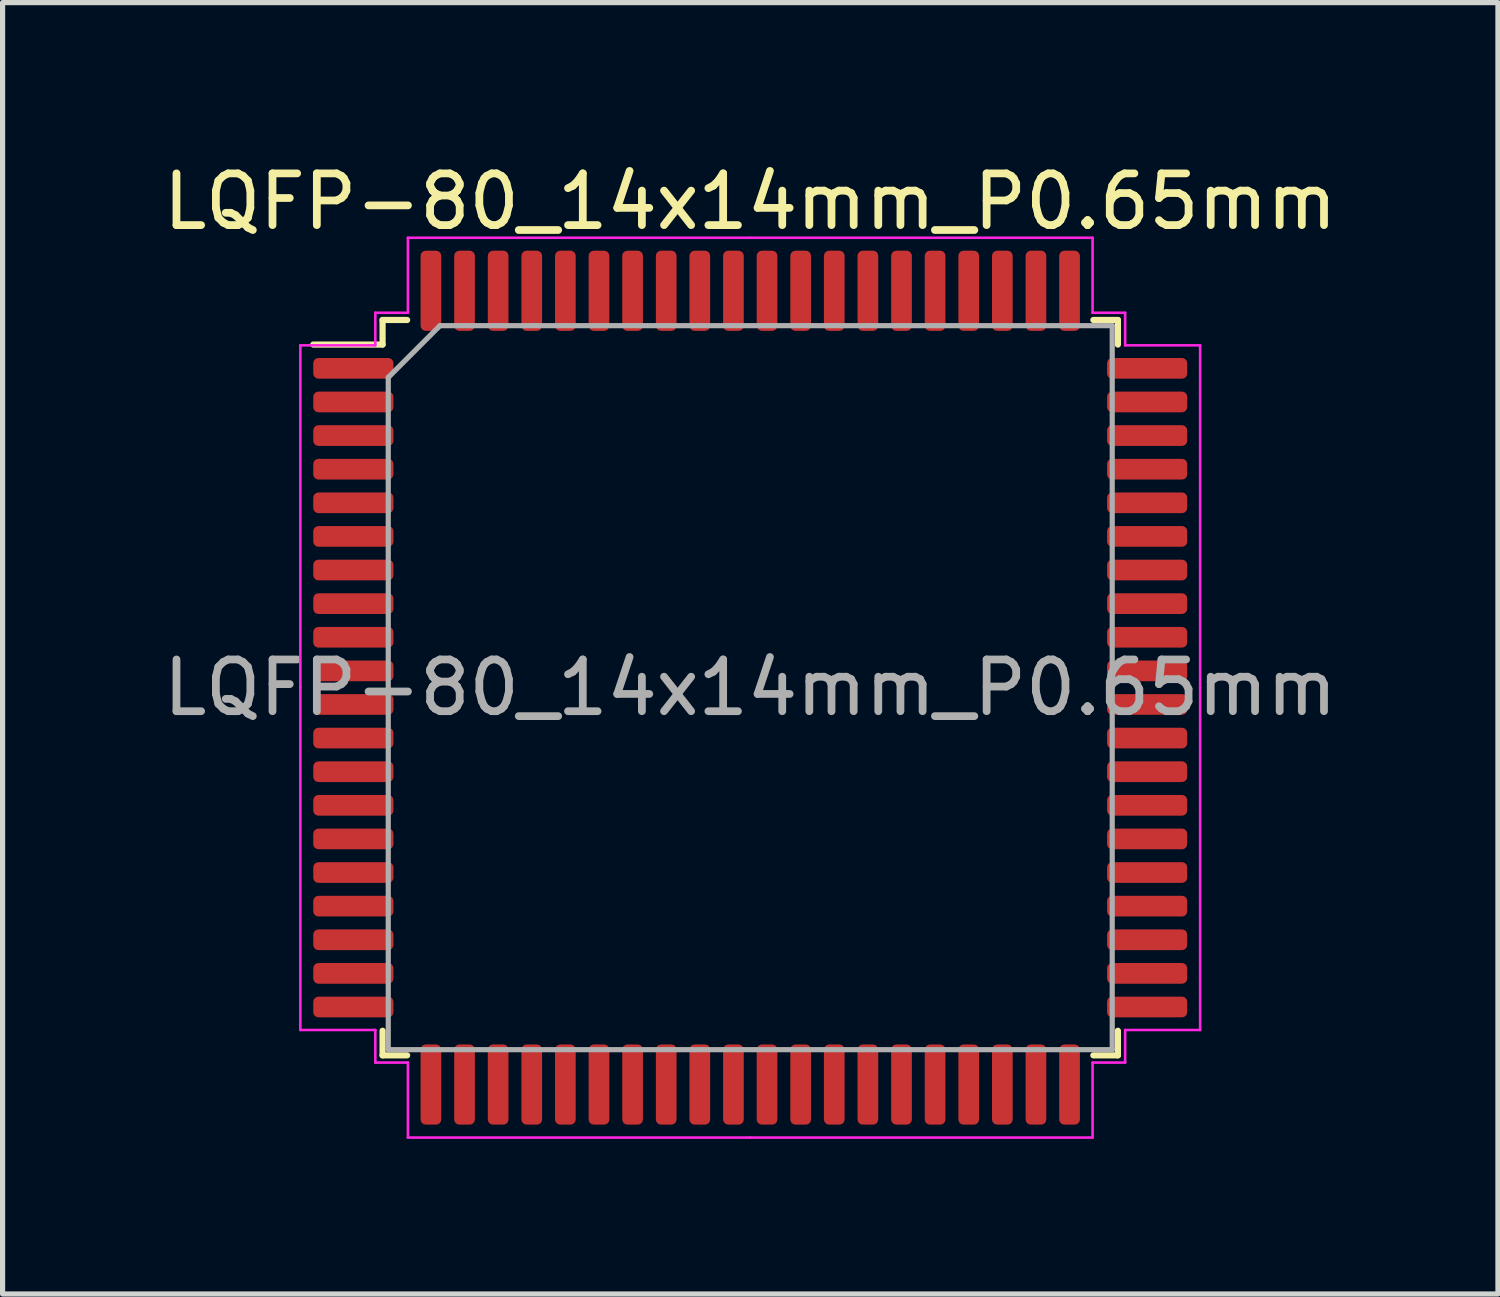
<source format=kicad_pcb>
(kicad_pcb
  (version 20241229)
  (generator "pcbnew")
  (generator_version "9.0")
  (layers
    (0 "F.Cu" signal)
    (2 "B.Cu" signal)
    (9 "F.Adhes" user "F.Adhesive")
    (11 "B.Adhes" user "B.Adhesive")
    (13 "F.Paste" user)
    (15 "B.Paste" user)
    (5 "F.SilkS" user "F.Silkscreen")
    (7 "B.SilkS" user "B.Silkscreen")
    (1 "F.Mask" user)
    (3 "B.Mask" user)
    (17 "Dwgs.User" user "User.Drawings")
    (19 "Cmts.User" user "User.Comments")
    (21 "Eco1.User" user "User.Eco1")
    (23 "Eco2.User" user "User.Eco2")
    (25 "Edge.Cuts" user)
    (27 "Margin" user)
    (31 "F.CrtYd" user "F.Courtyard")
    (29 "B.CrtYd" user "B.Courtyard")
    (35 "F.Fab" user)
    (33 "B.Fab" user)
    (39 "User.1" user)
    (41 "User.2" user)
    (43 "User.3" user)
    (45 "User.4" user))
  (footprint "LQFP-80_14x14mm_P0.65mm"
    (layer "F.Cu")
    (at 11.458 10.248)
    (property "Reference" "LQFP-80_14x14mm_P0.65mm" (at 0 -9.4 0) (layer "F.SilkS") (effects (font (size 1 1) (thickness 0.15))))
    (attr smd)
    (fp_line (start -7.11 -7.11) (end -7.11 -6.635) (stroke (width 0.12) (type solid)) (layer "F.SilkS"))
    (fp_line (start -7.11 -6.635) (end -8.45 -6.635) (stroke (width 0.12) (type solid)) (layer "F.SilkS"))
    (fp_line (start -7.11 7.11) (end -7.11 6.635) (stroke (width 0.12) (type solid)) (layer "F.SilkS"))
    (fp_line (start -6.635 -7.11) (end -7.11 -7.11) (stroke (width 0.12) (type solid)) (layer "F.SilkS"))
    (fp_line (start -6.635 7.11) (end -7.11 7.11) (stroke (width 0.12) (type solid)) (layer "F.SilkS"))
    (fp_line (start 6.635 -7.11) (end 7.11 -7.11) (stroke (width 0.12) (type solid)) (layer "F.SilkS"))
    (fp_line (start 6.635 7.11) (end 7.11 7.11) (stroke (width 0.12) (type solid)) (layer "F.SilkS"))
    (fp_line (start 7.11 -7.11) (end 7.11 -6.635) (stroke (width 0.12) (type solid)) (layer "F.SilkS"))
    (fp_line (start 7.11 7.11) (end 7.11 6.635) (stroke (width 0.12) (type solid)) (layer "F.SilkS"))
    (fp_line (start -8.7 -6.62) (end -8.7 0) (stroke (width 0.05) (type solid)) (layer "F.CrtYd"))
    (fp_line (start -8.7 6.62) (end -8.7 0) (stroke (width 0.05) (type solid)) (layer "F.CrtYd"))
    (fp_line (start -7.25 -7.25) (end -7.25 -6.62) (stroke (width 0.05) (type solid)) (layer "F.CrtYd"))
    (fp_line (start -7.25 -6.62) (end -8.7 -6.62) (stroke (width 0.05) (type solid)) (layer "F.CrtYd"))
    (fp_line (start -7.25 6.62) (end -8.7 6.62) (stroke (width 0.05) (type solid)) (layer "F.CrtYd"))
    (fp_line (start -7.25 7.25) (end -7.25 6.62) (stroke (width 0.05) (type solid)) (layer "F.CrtYd"))
    (fp_line (start -6.62 -8.7) (end -6.62 -7.25) (stroke (width 0.05) (type solid)) (layer "F.CrtYd"))
    (fp_line (start -6.62 -7.25) (end -7.25 -7.25) (stroke (width 0.05) (type solid)) (layer "F.CrtYd"))
    (fp_line (start -6.62 7.25) (end -7.25 7.25) (stroke (width 0.05) (type solid)) (layer "F.CrtYd"))
    (fp_line (start -6.62 8.7) (end -6.62 7.25) (stroke (width 0.05) (type solid)) (layer "F.CrtYd"))
    (fp_line (start 0 -8.7) (end -6.62 -8.7) (stroke (width 0.05) (type solid)) (layer "F.CrtYd"))
    (fp_line (start 0 -8.7) (end 6.62 -8.7) (stroke (width 0.05) (type solid)) (layer "F.CrtYd"))
    (fp_line (start 0 8.7) (end -6.62 8.7) (stroke (width 0.05) (type solid)) (layer "F.CrtYd"))
    (fp_line (start 0 8.7) (end 6.62 8.7) (stroke (width 0.05) (type solid)) (layer "F.CrtYd"))
    (fp_line (start 6.62 -8.7) (end 6.62 -7.25) (stroke (width 0.05) (type solid)) (layer "F.CrtYd"))
    (fp_line (start 6.62 -7.25) (end 7.25 -7.25) (stroke (width 0.05) (type solid)) (layer "F.CrtYd"))
    (fp_line (start 6.62 7.25) (end 7.25 7.25) (stroke (width 0.05) (type solid)) (layer "F.CrtYd"))
    (fp_line (start 6.62 8.7) (end 6.62 7.25) (stroke (width 0.05) (type solid)) (layer "F.CrtYd"))
    (fp_line (start 7.25 -7.25) (end 7.25 -6.62) (stroke (width 0.05) (type solid)) (layer "F.CrtYd"))
    (fp_line (start 7.25 -6.62) (end 8.7 -6.62) (stroke (width 0.05) (type solid)) (layer "F.CrtYd"))
    (fp_line (start 7.25 6.62) (end 8.7 6.62) (stroke (width 0.05) (type solid)) (layer "F.CrtYd"))
    (fp_line (start 7.25 7.25) (end 7.25 6.62) (stroke (width 0.05) (type solid)) (layer "F.CrtYd"))
    (fp_line (start 8.7 -6.62) (end 8.7 0) (stroke (width 0.05) (type solid)) (layer "F.CrtYd"))
    (fp_line (start 8.7 6.62) (end 8.7 0) (stroke (width 0.05) (type solid)) (layer "F.CrtYd"))
    (fp_line (start -7 -6) (end -6 -7) (stroke (width 0.1) (type solid)) (layer "F.Fab"))
    (fp_line (start -7 7) (end -7 -6) (stroke (width 0.1) (type solid)) (layer "F.Fab"))
    (fp_line (start -6 -7) (end 7 -7) (stroke (width 0.1) (type solid)) (layer "F.Fab"))
    (fp_line (start 7 -7) (end 7 7) (stroke (width 0.1) (type solid)) (layer "F.Fab"))
    (fp_line (start 7 7) (end -7 7) (stroke (width 0.1) (type solid)) (layer "F.Fab"))
    (fp_text user "${REFERENCE}" (at 0 0 0) (layer "F.Fab") (effects (font (size 1 1) (thickness 0.15))))
    (pad "1" smd roundrect (at -7.675 -6.175) (size 1.55 0.4) (layers "F.Cu" "F.Mask" "F.Paste") (roundrect_rratio 0.25))
    (pad "2" smd roundrect (at -7.675 -5.525) (size 1.55 0.4) (layers "F.Cu" "F.Mask" "F.Paste") (roundrect_rratio 0.25))
    (pad "3" smd roundrect (at -7.675 -4.875) (size 1.55 0.4) (layers "F.Cu" "F.Mask" "F.Paste") (roundrect_rratio 0.25))
    (pad "4" smd roundrect (at -7.675 -4.225) (size 1.55 0.4) (layers "F.Cu" "F.Mask" "F.Paste") (roundrect_rratio 0.25))
    (pad "5" smd roundrect (at -7.675 -3.575) (size 1.55 0.4) (layers "F.Cu" "F.Mask" "F.Paste") (roundrect_rratio 0.25))
    (pad "6" smd roundrect (at -7.675 -2.925) (size 1.55 0.4) (layers "F.Cu" "F.Mask" "F.Paste") (roundrect_rratio 0.25))
    (pad "7" smd roundrect (at -7.675 -2.275) (size 1.55 0.4) (layers "F.Cu" "F.Mask" "F.Paste") (roundrect_rratio 0.25))
    (pad "8" smd roundrect (at -7.675 -1.625) (size 1.55 0.4) (layers "F.Cu" "F.Mask" "F.Paste") (roundrect_rratio 0.25))
    (pad "9" smd roundrect (at -7.675 -0.975) (size 1.55 0.4) (layers "F.Cu" "F.Mask" "F.Paste") (roundrect_rratio 0.25))
    (pad "10" smd roundrect (at -7.675 -0.325) (size 1.55 0.4) (layers "F.Cu" "F.Mask" "F.Paste") (roundrect_rratio 0.25))
    (pad "11" smd roundrect (at -7.675 0.325) (size 1.55 0.4) (layers "F.Cu" "F.Mask" "F.Paste") (roundrect_rratio 0.25))
    (pad "12" smd roundrect (at -7.675 0.975) (size 1.55 0.4) (layers "F.Cu" "F.Mask" "F.Paste") (roundrect_rratio 0.25))
    (pad "13" smd roundrect (at -7.675 1.625) (size 1.55 0.4) (layers "F.Cu" "F.Mask" "F.Paste") (roundrect_rratio 0.25))
    (pad "14" smd roundrect (at -7.675 2.275) (size 1.55 0.4) (layers "F.Cu" "F.Mask" "F.Paste") (roundrect_rratio 0.25))
    (pad "15" smd roundrect (at -7.675 2.925) (size 1.55 0.4) (layers "F.Cu" "F.Mask" "F.Paste") (roundrect_rratio 0.25))
    (pad "16" smd roundrect (at -7.675 3.575) (size 1.55 0.4) (layers "F.Cu" "F.Mask" "F.Paste") (roundrect_rratio 0.25))
    (pad "17" smd roundrect (at -7.675 4.225) (size 1.55 0.4) (layers "F.Cu" "F.Mask" "F.Paste") (roundrect_rratio 0.25))
    (pad "18" smd roundrect (at -7.675 4.875) (size 1.55 0.4) (layers "F.Cu" "F.Mask" "F.Paste") (roundrect_rratio 0.25))
    (pad "19" smd roundrect (at -7.675 5.525) (size 1.55 0.4) (layers "F.Cu" "F.Mask" "F.Paste") (roundrect_rratio 0.25))
    (pad "20" smd roundrect (at -7.675 6.175) (size 1.55 0.4) (layers "F.Cu" "F.Mask" "F.Paste") (roundrect_rratio 0.25))
    (pad "21" smd roundrect (at -6.175 7.675) (size 0.4 1.55) (layers "F.Cu" "F.Mask" "F.Paste") (roundrect_rratio 0.25))
    (pad "22" smd roundrect (at -5.525 7.675) (size 0.4 1.55) (layers "F.Cu" "F.Mask" "F.Paste") (roundrect_rratio 0.25))
    (pad "23" smd roundrect (at -4.875 7.675) (size 0.4 1.55) (layers "F.Cu" "F.Mask" "F.Paste") (roundrect_rratio 0.25))
    (pad "24" smd roundrect (at -4.225 7.675) (size 0.4 1.55) (layers "F.Cu" "F.Mask" "F.Paste") (roundrect_rratio 0.25))
    (pad "25" smd roundrect (at -3.575 7.675) (size 0.4 1.55) (layers "F.Cu" "F.Mask" "F.Paste") (roundrect_rratio 0.25))
    (pad "26" smd roundrect (at -2.925 7.675) (size 0.4 1.55) (layers "F.Cu" "F.Mask" "F.Paste") (roundrect_rratio 0.25))
    (pad "27" smd roundrect (at -2.275 7.675) (size 0.4 1.55) (layers "F.Cu" "F.Mask" "F.Paste") (roundrect_rratio 0.25))
    (pad "28" smd roundrect (at -1.625 7.675) (size 0.4 1.55) (layers "F.Cu" "F.Mask" "F.Paste") (roundrect_rratio 0.25))
    (pad "29" smd roundrect (at -0.975 7.675) (size 0.4 1.55) (layers "F.Cu" "F.Mask" "F.Paste") (roundrect_rratio 0.25))
    (pad "30" smd roundrect (at -0.325 7.675) (size 0.4 1.55) (layers "F.Cu" "F.Mask" "F.Paste") (roundrect_rratio 0.25))
    (pad "31" smd roundrect (at 0.325 7.675) (size 0.4 1.55) (layers "F.Cu" "F.Mask" "F.Paste") (roundrect_rratio 0.25))
    (pad "32" smd roundrect (at 0.975 7.675) (size 0.4 1.55) (layers "F.Cu" "F.Mask" "F.Paste") (roundrect_rratio 0.25))
    (pad "33" smd roundrect (at 1.625 7.675) (size 0.4 1.55) (layers "F.Cu" "F.Mask" "F.Paste") (roundrect_rratio 0.25))
    (pad "34" smd roundrect (at 2.275 7.675) (size 0.4 1.55) (layers "F.Cu" "F.Mask" "F.Paste") (roundrect_rratio 0.25))
    (pad "35" smd roundrect (at 2.925 7.675) (size 0.4 1.55) (layers "F.Cu" "F.Mask" "F.Paste") (roundrect_rratio 0.25))
    (pad "36" smd roundrect (at 3.575 7.675) (size 0.4 1.55) (layers "F.Cu" "F.Mask" "F.Paste") (roundrect_rratio 0.25))
    (pad "37" smd roundrect (at 4.225 7.675) (size 0.4 1.55) (layers "F.Cu" "F.Mask" "F.Paste") (roundrect_rratio 0.25))
    (pad "38" smd roundrect (at 4.875 7.675) (size 0.4 1.55) (layers "F.Cu" "F.Mask" "F.Paste") (roundrect_rratio 0.25))
    (pad "39" smd roundrect (at 5.525 7.675) (size 0.4 1.55) (layers "F.Cu" "F.Mask" "F.Paste") (roundrect_rratio 0.25))
    (pad "40" smd roundrect (at 6.175 7.675) (size 0.4 1.55) (layers "F.Cu" "F.Mask" "F.Paste") (roundrect_rratio 0.25))
    (pad "41" smd roundrect (at 7.675 6.175) (size 1.55 0.4) (layers "F.Cu" "F.Mask" "F.Paste") (roundrect_rratio 0.25))
    (pad "42" smd roundrect (at 7.675 5.525) (size 1.55 0.4) (layers "F.Cu" "F.Mask" "F.Paste") (roundrect_rratio 0.25))
    (pad "43" smd roundrect (at 7.675 4.875) (size 1.55 0.4) (layers "F.Cu" "F.Mask" "F.Paste") (roundrect_rratio 0.25))
    (pad "44" smd roundrect (at 7.675 4.225) (size 1.55 0.4) (layers "F.Cu" "F.Mask" "F.Paste") (roundrect_rratio 0.25))
    (pad "45" smd roundrect (at 7.675 3.575) (size 1.55 0.4) (layers "F.Cu" "F.Mask" "F.Paste") (roundrect_rratio 0.25))
    (pad "46" smd roundrect (at 7.675 2.925) (size 1.55 0.4) (layers "F.Cu" "F.Mask" "F.Paste") (roundrect_rratio 0.25))
    (pad "47" smd roundrect (at 7.675 2.275) (size 1.55 0.4) (layers "F.Cu" "F.Mask" "F.Paste") (roundrect_rratio 0.25))
    (pad "48" smd roundrect (at 7.675 1.625) (size 1.55 0.4) (layers "F.Cu" "F.Mask" "F.Paste") (roundrect_rratio 0.25))
    (pad "49" smd roundrect (at 7.675 0.975) (size 1.55 0.4) (layers "F.Cu" "F.Mask" "F.Paste") (roundrect_rratio 0.25))
    (pad "50" smd roundrect (at 7.675 0.325) (size 1.55 0.4) (layers "F.Cu" "F.Mask" "F.Paste") (roundrect_rratio 0.25))
    (pad "51" smd roundrect (at 7.675 -0.325) (size 1.55 0.4) (layers "F.Cu" "F.Mask" "F.Paste") (roundrect_rratio 0.25))
    (pad "52" smd roundrect (at 7.675 -0.975) (size 1.55 0.4) (layers "F.Cu" "F.Mask" "F.Paste") (roundrect_rratio 0.25))
    (pad "53" smd roundrect (at 7.675 -1.625) (size 1.55 0.4) (layers "F.Cu" "F.Mask" "F.Paste") (roundrect_rratio 0.25))
    (pad "54" smd roundrect (at 7.675 -2.275) (size 1.55 0.4) (layers "F.Cu" "F.Mask" "F.Paste") (roundrect_rratio 0.25))
    (pad "55" smd roundrect (at 7.675 -2.925) (size 1.55 0.4) (layers "F.Cu" "F.Mask" "F.Paste") (roundrect_rratio 0.25))
    (pad "56" smd roundrect (at 7.675 -3.575) (size 1.55 0.4) (layers "F.Cu" "F.Mask" "F.Paste") (roundrect_rratio 0.25))
    (pad "57" smd roundrect (at 7.675 -4.225) (size 1.55 0.4) (layers "F.Cu" "F.Mask" "F.Paste") (roundrect_rratio 0.25))
    (pad "58" smd roundrect (at 7.675 -4.875) (size 1.55 0.4) (layers "F.Cu" "F.Mask" "F.Paste") (roundrect_rratio 0.25))
    (pad "59" smd roundrect (at 7.675 -5.525) (size 1.55 0.4) (layers "F.Cu" "F.Mask" "F.Paste") (roundrect_rratio 0.25))
    (pad "60" smd roundrect (at 7.675 -6.175) (size 1.55 0.4) (layers "F.Cu" "F.Mask" "F.Paste") (roundrect_rratio 0.25))
    (pad "61" smd roundrect (at 6.175 -7.675) (size 0.4 1.55) (layers "F.Cu" "F.Mask" "F.Paste") (roundrect_rratio 0.25))
    (pad "62" smd roundrect (at 5.525 -7.675) (size 0.4 1.55) (layers "F.Cu" "F.Mask" "F.Paste") (roundrect_rratio 0.25))
    (pad "63" smd roundrect (at 4.875 -7.675) (size 0.4 1.55) (layers "F.Cu" "F.Mask" "F.Paste") (roundrect_rratio 0.25))
    (pad "64" smd roundrect (at 4.225 -7.675) (size 0.4 1.55) (layers "F.Cu" "F.Mask" "F.Paste") (roundrect_rratio 0.25))
    (pad "65" smd roundrect (at 3.575 -7.675) (size 0.4 1.55) (layers "F.Cu" "F.Mask" "F.Paste") (roundrect_rratio 0.25))
    (pad "66" smd roundrect (at 2.925 -7.675) (size 0.4 1.55) (layers "F.Cu" "F.Mask" "F.Paste") (roundrect_rratio 0.25))
    (pad "67" smd roundrect (at 2.275 -7.675) (size 0.4 1.55) (layers "F.Cu" "F.Mask" "F.Paste") (roundrect_rratio 0.25))
    (pad "68" smd roundrect (at 1.625 -7.675) (size 0.4 1.55) (layers "F.Cu" "F.Mask" "F.Paste") (roundrect_rratio 0.25))
    (pad "69" smd roundrect (at 0.975 -7.675) (size 0.4 1.55) (layers "F.Cu" "F.Mask" "F.Paste") (roundrect_rratio 0.25))
    (pad "70" smd roundrect (at 0.325 -7.675) (size 0.4 1.55) (layers "F.Cu" "F.Mask" "F.Paste") (roundrect_rratio 0.25))
    (pad "71" smd roundrect (at -0.325 -7.675) (size 0.4 1.55) (layers "F.Cu" "F.Mask" "F.Paste") (roundrect_rratio 0.25))
    (pad "72" smd roundrect (at -0.975 -7.675) (size 0.4 1.55) (layers "F.Cu" "F.Mask" "F.Paste") (roundrect_rratio 0.25))
    (pad "73" smd roundrect (at -1.625 -7.675) (size 0.4 1.55) (layers "F.Cu" "F.Mask" "F.Paste") (roundrect_rratio 0.25))
    (pad "74" smd roundrect (at -2.275 -7.675) (size 0.4 1.55) (layers "F.Cu" "F.Mask" "F.Paste") (roundrect_rratio 0.25))
    (pad "75" smd roundrect (at -2.925 -7.675) (size 0.4 1.55) (layers "F.Cu" "F.Mask" "F.Paste") (roundrect_rratio 0.25))
    (pad "76" smd roundrect (at -3.575 -7.675) (size 0.4 1.55) (layers "F.Cu" "F.Mask" "F.Paste") (roundrect_rratio 0.25))
    (pad "77" smd roundrect (at -4.225 -7.675) (size 0.4 1.55) (layers "F.Cu" "F.Mask" "F.Paste") (roundrect_rratio 0.25))
    (pad "78" smd roundrect (at -4.875 -7.675) (size 0.4 1.55) (layers "F.Cu" "F.Mask" "F.Paste") (roundrect_rratio 0.25))
    (pad "79" smd roundrect (at -5.525 -7.675) (size 0.4 1.55) (layers "F.Cu" "F.Mask" "F.Paste") (roundrect_rratio 0.25))
    (pad "80" smd roundrect (at -6.175 -7.675) (size 0.4 1.55) (layers "F.Cu" "F.Mask" "F.Paste") (roundrect_rratio 0.25)))
  (gr_rect
    (start -3 -3)
    (end 25.917 21.973)
    (stroke (width 0.1) (type default))
    (fill no)
    (layer "Edge.Cuts")))
</source>
